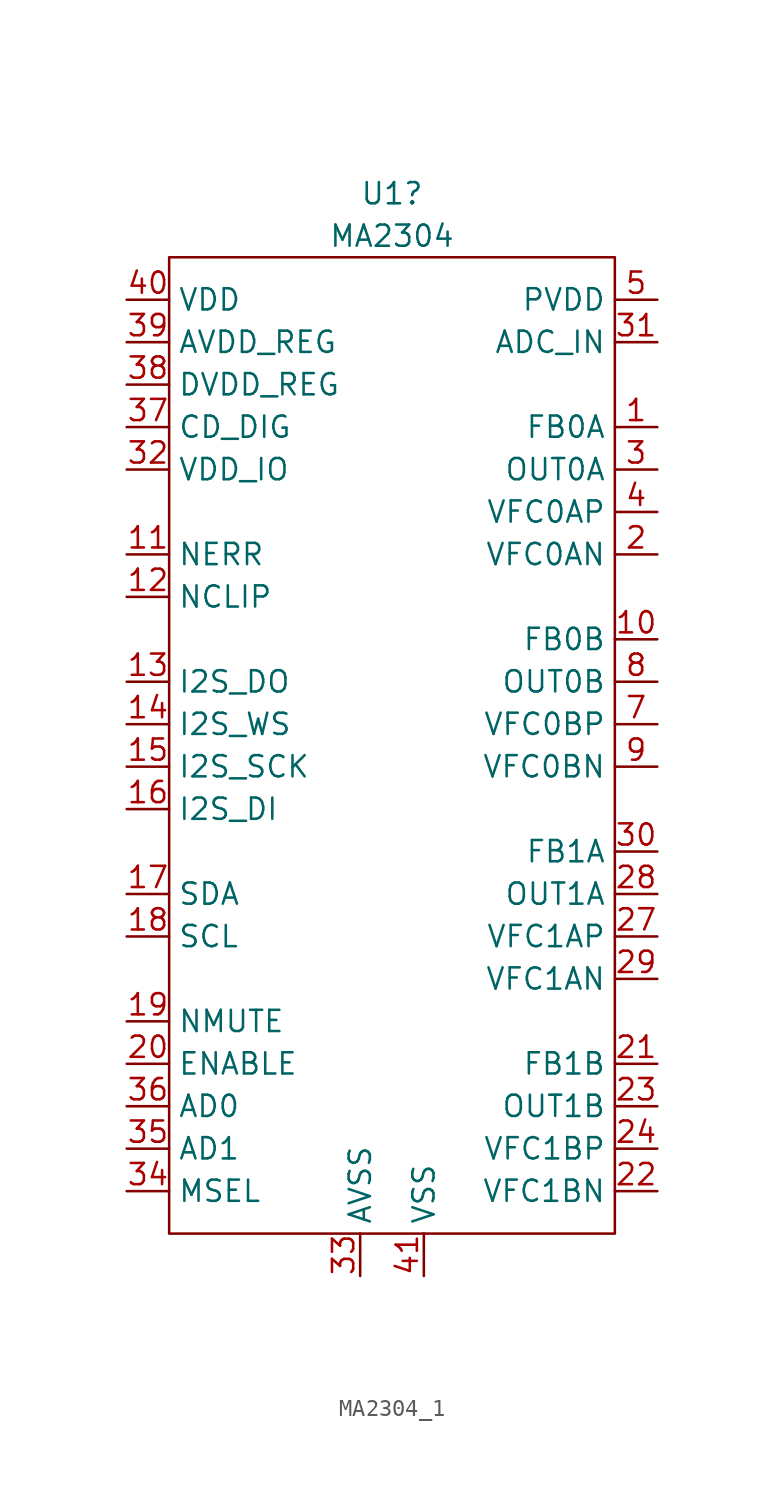
<source format=kicad_sym>
(kicad_symbol_lib
  (version 20220914)
  (generator kicad_symbol_editor)
  (symbol "MA2304_1"
    (property "Reference" "U1"
      (at -0.635 36.83 0)
      (effects (font (size 1.27 1.27))))
    (property "Value" "MA2304"
      (at -0.635 34.29 0)
      (effects (font (size 1.27 1.27))))
    (symbol "MA2304_1_0_1"
      (rectangle (start -13.97 33.02) (end 12.7 -25.4) (stroke (width 0) (type default)) (fill (type none))))
    (symbol "MA2304_1_1_1"
      (pin bidirectional line (at 15.24 22.86 180) (length 2.54) (name "FB0A" (effects (font (size 1.27 1.27)))) (number "1" (effects (font (size 1.27 1.27)))))
      (pin bidirectional line (at 15.24 10.16 180) (length 2.54) (name "FB0B" (effects (font (size 1.27 1.27)))) (number "10" (effects (font (size 1.27 1.27)))))
      (pin output line (at -16.51 15.24 0) (length 2.54) (name "NERR" (effects (font (size 1.27 1.27)))) (number "11" (effects (font (size 1.27 1.27)))))
      (pin output line (at -16.51 12.7 0) (length 2.54) (name "NCLIP" (effects (font (size 1.27 1.27)))) (number "12" (effects (font (size 1.27 1.27)))))
      (pin output line (at -16.51 7.62 0) (length 2.54) (name "I2S_DO" (effects (font (size 1.27 1.27)))) (number "13" (effects (font (size 1.27 1.27)))))
      (pin input line (at -16.51 5.08 0) (length 2.54) (name "I2S_WS" (effects (font (size 1.27 1.27)))) (number "14" (effects (font (size 1.27 1.27)))))
      (pin input line (at -16.51 2.54 0) (length 2.54) (name "I2S_SCK" (effects (font (size 1.27 1.27)))) (number "15" (effects (font (size 1.27 1.27)))))
      (pin input line (at -16.51 0 0) (length 2.54) (name "I2S_DI" (effects (font (size 1.27 1.27)))) (number "16" (effects (font (size 1.27 1.27)))))
      (pin input line (at -16.51 -5.08 0) (length 2.54) (name "SDA" (effects (font (size 1.27 1.27)))) (number "17" (effects (font (size 1.27 1.27)))))
      (pin input line (at -16.51 -7.62 0) (length 2.54) (name "SCL" (effects (font (size 1.27 1.27)))) (number "18" (effects (font (size 1.27 1.27)))))
      (pin input line (at -16.51 -12.7 0) (length 2.54) (name "NMUTE" (effects (font (size 1.27 1.27)))) (number "19" (effects (font (size 1.27 1.27)))))
      (pin bidirectional line (at 15.24 15.24 180) (length 2.54) (name "VFC0AN" (effects (font (size 1.27 1.27)))) (number "2" (effects (font (size 1.27 1.27)))))
      (pin input line (at -16.51 -15.24 0) (length 2.54) (name "ENABLE" (effects (font (size 1.27 1.27)))) (number "20" (effects (font (size 1.27 1.27)))))
      (pin bidirectional line (at 15.24 -15.24 180) (length 2.54) (name "FB1B" (effects (font (size 1.27 1.27)))) (number "21" (effects (font (size 1.27 1.27)))))
      (pin bidirectional line (at 15.24 -22.86 180) (length 2.54) (name "VFC1BN" (effects (font (size 1.27 1.27)))) (number "22" (effects (font (size 1.27 1.27)))))
      (pin output line (at 15.24 -17.78 180) (length 2.54) (name "OUT1B" (effects (font (size 1.27 1.27)))) (number "23" (effects (font (size 1.27 1.27)))))
      (pin bidirectional line (at 15.24 -20.32 180) (length 2.54) (name "VFC1BP" (effects (font (size 1.27 1.27)))) (number "24" (effects (font (size 1.27 1.27)))))
      (pin power_in line (at 15.24 30.48 180) (length 2.54) hide (name "PVDD" (effects (font (size 1.27 1.27)))) (number "25" (effects (font (size 1.27 1.27)))))
      (pin power_in line (at 15.24 30.48 180) (length 2.54) hide (name "PVDD" (effects (font (size 1.27 1.27)))) (number "26" (effects (font (size 1.27 1.27)))))
      (pin bidirectional line (at 15.24 -7.62 180) (length 2.54) (name "VFC1AP" (effects (font (size 1.27 1.27)))) (number "27" (effects (font (size 1.27 1.27)))))
      (pin output line (at 15.24 -5.08 180) (length 2.54) (name "OUT1A" (effects (font (size 1.27 1.27)))) (number "28" (effects (font (size 1.27 1.27)))))
      (pin bidirectional line (at 15.24 -10.16 180) (length 2.54) (name "VFC1AN" (effects (font (size 1.27 1.27)))) (number "29" (effects (font (size 1.27 1.27)))))
      (pin output line (at 15.24 20.32 180) (length 2.54) (name "OUT0A" (effects (font (size 1.27 1.27)))) (number "3" (effects (font (size 1.27 1.27)))))
      (pin bidirectional line (at 15.24 -2.54 180) (length 2.54) (name "FB1A" (effects (font (size 1.27 1.27)))) (number "30" (effects (font (size 1.27 1.27)))))
      (pin input line (at 15.24 27.94 180) (length 2.54) (name "ADC_IN" (effects (font (size 1.27 1.27)))) (number "31" (effects (font (size 1.27 1.27)))))
      (pin input line (at -16.51 20.32 0) (length 2.54) (name "VDD_IO" (effects (font (size 1.27 1.27)))) (number "32" (effects (font (size 1.27 1.27)))))
      (pin power_in line (at -2.54 -27.94 90) (length 2.54) (name "AVSS" (effects (font (size 1.27 1.27)))) (number "33" (effects (font (size 1.27 1.27)))))
      (pin input line (at -16.51 -22.86 0) (length 2.54) (name "MSEL" (effects (font (size 1.27 1.27)))) (number "34" (effects (font (size 1.27 1.27)))))
      (pin input line (at -16.51 -20.32 0) (length 2.54) (name "AD1" (effects (font (size 1.27 1.27)))) (number "35" (effects (font (size 1.27 1.27)))))
      (pin input line (at -16.51 -17.78 0) (length 2.54) (name "AD0" (effects (font (size 1.27 1.27)))) (number "36" (effects (font (size 1.27 1.27)))))
      (pin bidirectional line (at -16.51 22.86 0) (length 2.54) (name "CD_DIG" (effects (font (size 1.27 1.27)))) (number "37" (effects (font (size 1.27 1.27)))))
      (pin power_in line (at -16.51 25.4 0) (length 2.54) (name "DVDD_REG" (effects (font (size 1.27 1.27)))) (number "38" (effects (font (size 1.27 1.27)))))
      (pin power_in line (at -16.51 27.94 0) (length 2.54) (name "AVDD_REG" (effects (font (size 1.27 1.27)))) (number "39" (effects (font (size 1.27 1.27)))))
      (pin bidirectional line (at 15.24 17.78 180) (length 2.54) (name "VFC0AP" (effects (font (size 1.27 1.27)))) (number "4" (effects (font (size 1.27 1.27)))))
      (pin input line (at -16.51 30.48 0) (length 2.54) (name "VDD" (effects (font (size 1.27 1.27)))) (number "40" (effects (font (size 1.27 1.27)))))
      (pin power_in line (at 1.27 -27.94 90) (length 2.54) (name "VSS" (effects (font (size 1.27 1.27)))) (number "41" (effects (font (size 1.27 1.27)))))
      (pin power_in line (at 15.24 30.48 180) (length 2.54) (name "PVDD" (effects (font (size 1.27 1.27)))) (number "5" (effects (font (size 1.27 1.27)))))
      (pin power_in line (at 15.24 30.48 180) (length 2.54) hide (name "PVDD" (effects (font (size 1.27 1.27)))) (number "6" (effects (font (size 1.27 1.27)))))
      (pin bidirectional line (at 15.24 5.08 180) (length 2.54) (name "VFC0BP" (effects (font (size 1.27 1.27)))) (number "7" (effects (font (size 1.27 1.27)))))
      (pin output line (at 15.24 7.62 180) (length 2.54) (name "OUT0B" (effects (font (size 1.27 1.27)))) (number "8" (effects (font (size 1.27 1.27)))))
      (pin bidirectional line (at 15.24 2.54 180) (length 2.54) (name "VFC0BN" (effects (font (size 1.27 1.27)))) (number "9" (effects (font (size 1.27 1.27))))))))
</source>
